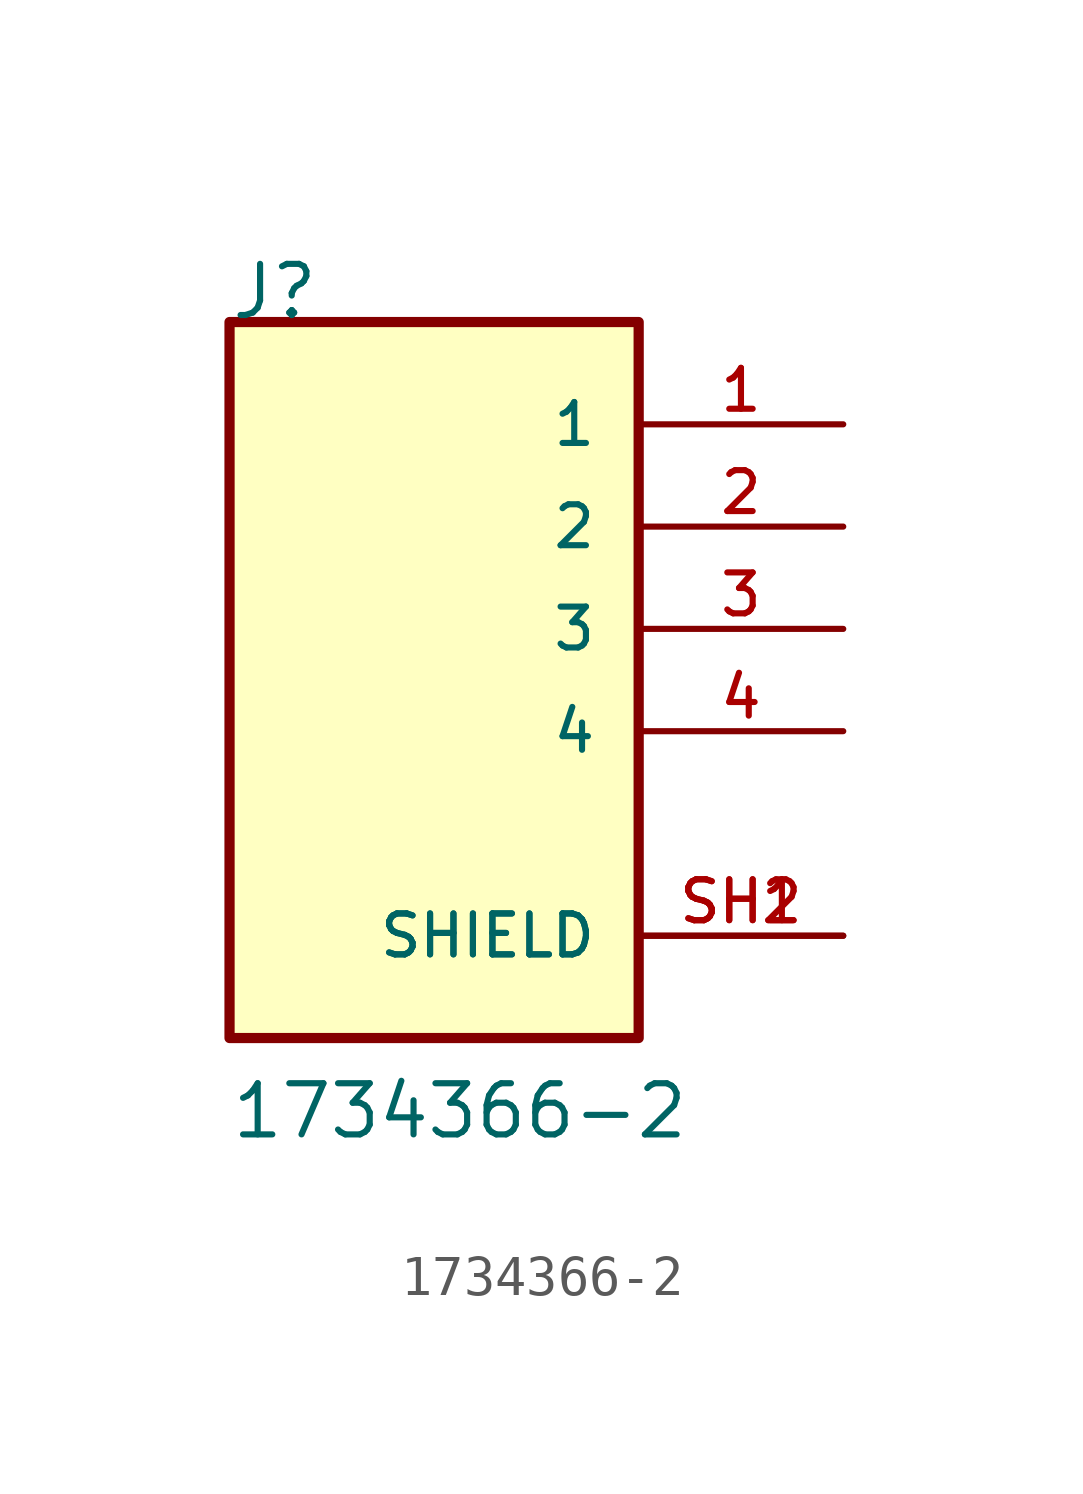
<source format=kicad_sym>
(kicad_symbol_lib
  (version 20211014)
  (generator kicad_symbol_editor)
  (symbol "1734366-2"
    (pin_names
      (offset 1.016))
    (property "Reference" "J"
      (at -5.087 7.631 0)
      (effects (font (size 1.27 1.27)) (justify bottom left)))
    (property "Value" "1734366-2"
      (at -5.086 -12.716 0)
      (effects (font (size 1.27 1.27)) (justify bottom left)))
    (symbol "1734366-2_0_0"
      (rectangle (start -5.08 -10.16) (end 5.08 7.62) (stroke (width 0.254)) (fill (type background)))
      (pin passive line (at 10.16 5.08 180.0) (length 5.08) (name "1" (effects (font (size 1.016 1.016)))) (number "1" (effects (font (size 1.016 1.016)))))
      (pin passive line (at 10.16 2.54 180.0) (length 5.08) (name "2" (effects (font (size 1.016 1.016)))) (number "2" (effects (font (size 1.016 1.016)))))
      (pin passive line (at 10.16 0.0 180.0) (length 5.08) (name "3" (effects (font (size 1.016 1.016)))) (number "3" (effects (font (size 1.016 1.016)))))
      (pin passive line (at 10.16 -2.54 180.0) (length 5.08) (name "4" (effects (font (size 1.016 1.016)))) (number "4" (effects (font (size 1.016 1.016)))))
      (pin passive line (at 10.16 -7.62 180.0) (length 5.08) (name "SHIELD" (effects (font (size 1.016 1.016)))) (number "SH1" (effects (font (size 1.016 1.016)))))
      (pin passive line (at 10.16 -7.62 180.0) (length 5.08) (name "SHIELD" (effects (font (size 1.016 1.016)))) (number "SH2" (effects (font (size 1.016 1.016))))))))
</source>
